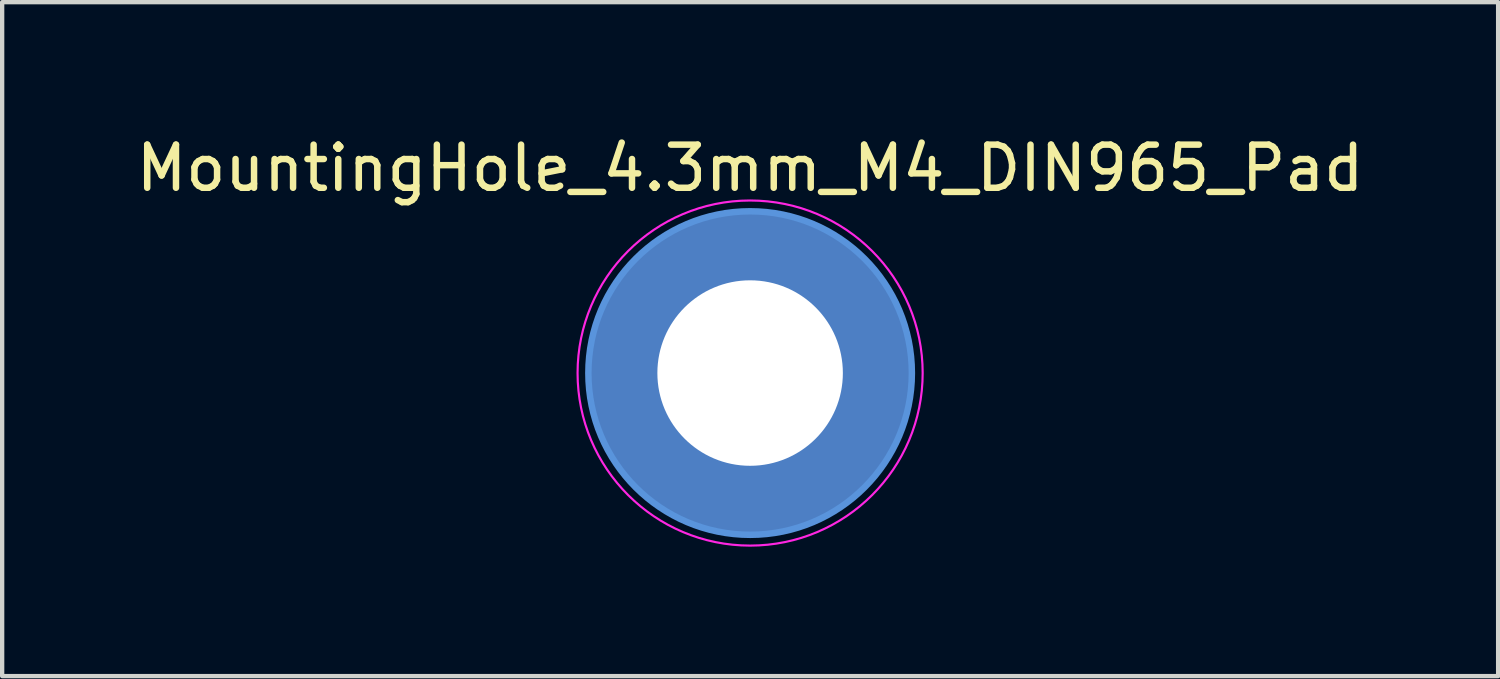
<source format=kicad_pcb>
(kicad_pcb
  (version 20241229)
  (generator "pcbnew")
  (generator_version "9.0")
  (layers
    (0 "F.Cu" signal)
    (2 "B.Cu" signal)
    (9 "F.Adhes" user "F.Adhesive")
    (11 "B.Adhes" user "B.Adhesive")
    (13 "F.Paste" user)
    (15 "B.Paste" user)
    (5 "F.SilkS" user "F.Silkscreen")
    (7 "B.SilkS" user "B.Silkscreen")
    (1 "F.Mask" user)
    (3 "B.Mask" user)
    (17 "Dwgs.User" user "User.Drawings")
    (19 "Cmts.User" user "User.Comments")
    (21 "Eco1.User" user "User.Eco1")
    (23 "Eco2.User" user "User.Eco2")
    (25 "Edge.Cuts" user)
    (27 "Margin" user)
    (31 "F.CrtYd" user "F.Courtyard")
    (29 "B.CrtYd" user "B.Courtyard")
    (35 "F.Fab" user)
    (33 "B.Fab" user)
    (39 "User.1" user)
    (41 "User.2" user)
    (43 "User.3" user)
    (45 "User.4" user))
  (footprint "MountingHole_4.3mm_M4_DIN965_Pad"
    (layer "F.Cu")
    (at 14.339 5.598)
    (property "Reference" "MountingHole_4.3mm_M4_DIN965_Pad" (at 0 -4.75 0) (layer "F.SilkS") (effects (font (size 1 1) (thickness 0.15))))
    (attr board_only exclude_from_pos_files exclude_from_bom)
    (fp_circle (center 0 0) (end 3.75 0) (stroke (width 0.15) (type solid)) (fill no) (layer "Cmts.User"))
    (fp_circle (center 0 0) (end 4 0) (stroke (width 0.05) (type solid)) (fill no) (layer "F.CrtYd"))
    (pad "1" thru_hole circle (at 0 0) (size 7.5 7.5) (drill 4.3) (layers "*.Cu" "*.Mask")))
  (gr_rect
    (start -3 -3)
    (end 31.679 12.623)
    (stroke (width 0.1) (type default))
    (fill no)
    (layer "Edge.Cuts")))
</source>
